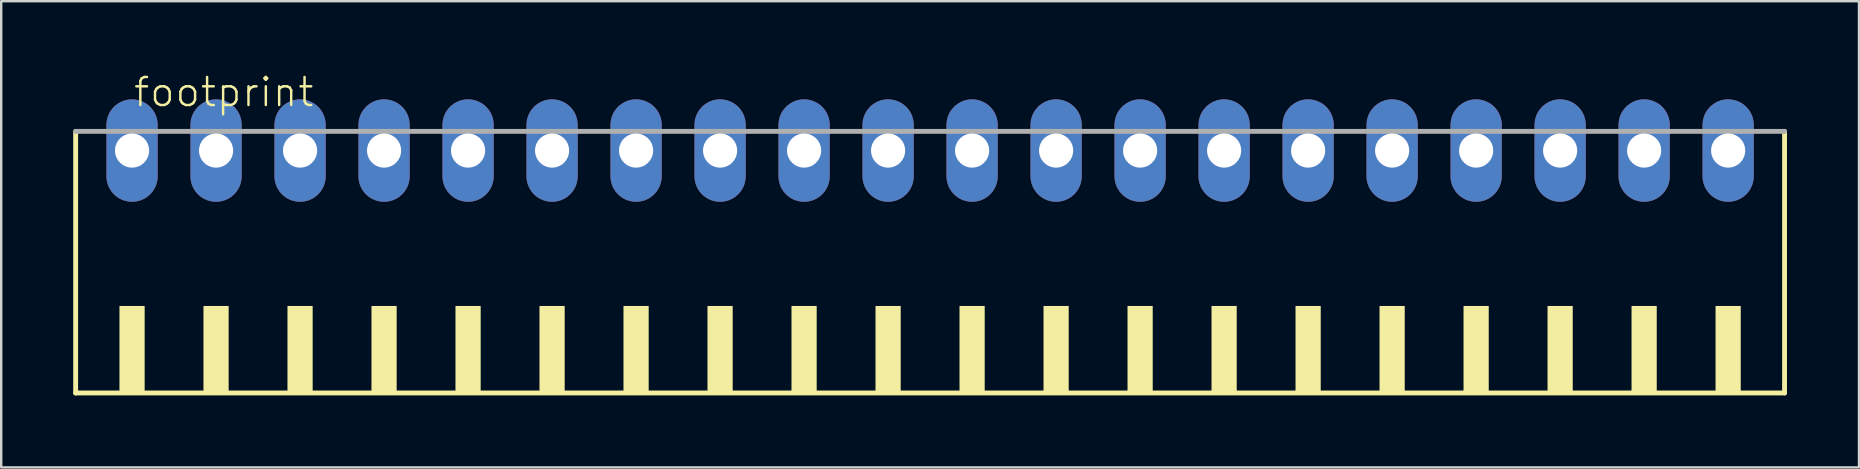
<source format=kicad_pcb>
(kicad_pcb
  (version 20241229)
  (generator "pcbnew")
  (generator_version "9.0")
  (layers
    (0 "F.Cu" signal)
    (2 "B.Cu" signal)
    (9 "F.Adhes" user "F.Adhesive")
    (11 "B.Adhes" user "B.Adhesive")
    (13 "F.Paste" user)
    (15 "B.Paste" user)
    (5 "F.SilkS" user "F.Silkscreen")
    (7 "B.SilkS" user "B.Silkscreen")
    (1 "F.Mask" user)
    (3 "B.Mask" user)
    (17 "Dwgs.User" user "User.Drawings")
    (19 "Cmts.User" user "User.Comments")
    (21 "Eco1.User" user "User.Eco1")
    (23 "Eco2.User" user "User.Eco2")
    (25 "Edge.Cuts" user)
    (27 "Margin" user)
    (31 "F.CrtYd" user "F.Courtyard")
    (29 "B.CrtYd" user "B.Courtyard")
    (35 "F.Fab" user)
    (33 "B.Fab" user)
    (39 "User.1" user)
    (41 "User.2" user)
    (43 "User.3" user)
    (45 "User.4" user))
  (footprint "footprint"
    (layer "F.Cu")
    (at 35.702 8.473)
    (property "Reference" "footprint" (at -33.25 -7 0) (layer "F.SilkS") (effects (font (size 1.168 1.168) (thickness 0.102)) (justify left bottom)))
    (fp_line (start -35.6 -6.05) (end -35.6 4.85) (stroke (width 0.203) (type solid)) (layer "F.SilkS"))
    (fp_line (start -35.6 4.85) (end 35.6 4.85) (stroke (width 0.203) (type solid)) (layer "F.SilkS"))
    (fp_line (start 35.6 4.85) (end 35.6 -6.05) (stroke (width 0.203) (type solid)) (layer "F.SilkS"))
    (fp_poly (pts (xy -33.775 4.9) (xy -32.725 4.9) (xy -32.725 1.225) (xy -33.775 1.225)) (stroke (width 0) (type solid)) (fill yes) (layer "F.SilkS"))
    (fp_poly (pts (xy -30.275 4.9) (xy -29.225 4.9) (xy -29.225 1.225) (xy -30.275 1.225)) (stroke (width 0) (type solid)) (fill yes) (layer "F.SilkS"))
    (fp_poly (pts (xy -26.775 4.9) (xy -25.725 4.9) (xy -25.725 1.225) (xy -26.775 1.225)) (stroke (width 0) (type solid)) (fill yes) (layer "F.SilkS"))
    (fp_poly (pts (xy -23.275 4.9) (xy -22.225 4.9) (xy -22.225 1.225) (xy -23.275 1.225)) (stroke (width 0) (type solid)) (fill yes) (layer "F.SilkS"))
    (fp_poly (pts (xy -19.775 4.9) (xy -18.725 4.9) (xy -18.725 1.225) (xy -19.775 1.225)) (stroke (width 0) (type solid)) (fill yes) (layer "F.SilkS"))
    (fp_poly (pts (xy -16.275 4.9) (xy -15.225 4.9) (xy -15.225 1.225) (xy -16.275 1.225)) (stroke (width 0) (type solid)) (fill yes) (layer "F.SilkS"))
    (fp_poly (pts (xy -12.775 4.9) (xy -11.725 4.9) (xy -11.725 1.225) (xy -12.775 1.225)) (stroke (width 0) (type solid)) (fill yes) (layer "F.SilkS"))
    (fp_poly (pts (xy -9.275 4.9) (xy -8.225 4.9) (xy -8.225 1.225) (xy -9.275 1.225)) (stroke (width 0) (type solid)) (fill yes) (layer "F.SilkS"))
    (fp_poly (pts (xy -5.775 4.9) (xy -4.725 4.9) (xy -4.725 1.225) (xy -5.775 1.225)) (stroke (width 0) (type solid)) (fill yes) (layer "F.SilkS"))
    (fp_poly (pts (xy -2.275 4.9) (xy -1.225 4.9) (xy -1.225 1.225) (xy -2.275 1.225)) (stroke (width 0) (type solid)) (fill yes) (layer "F.SilkS"))
    (fp_poly (pts (xy 1.225 4.9) (xy 2.275 4.9) (xy 2.275 1.225) (xy 1.225 1.225)) (stroke (width 0) (type solid)) (fill yes) (layer "F.SilkS"))
    (fp_poly (pts (xy 4.725 4.9) (xy 5.775 4.9) (xy 5.775 1.225) (xy 4.725 1.225)) (stroke (width 0) (type solid)) (fill yes) (layer "F.SilkS"))
    (fp_poly (pts (xy 8.225 4.9) (xy 9.275 4.9) (xy 9.275 1.225) (xy 8.225 1.225)) (stroke (width 0) (type solid)) (fill yes) (layer "F.SilkS"))
    (fp_poly (pts (xy 11.725 4.9) (xy 12.775 4.9) (xy 12.775 1.225) (xy 11.725 1.225)) (stroke (width 0) (type solid)) (fill yes) (layer "F.SilkS"))
    (fp_poly (pts (xy 15.225 4.9) (xy 16.275 4.9) (xy 16.275 1.225) (xy 15.225 1.225)) (stroke (width 0) (type solid)) (fill yes) (layer "F.SilkS"))
    (fp_poly (pts (xy 18.725 4.9) (xy 19.775 4.9) (xy 19.775 1.225) (xy 18.725 1.225)) (stroke (width 0) (type solid)) (fill yes) (layer "F.SilkS"))
    (fp_poly (pts (xy 22.225 4.9) (xy 23.275 4.9) (xy 23.275 1.225) (xy 22.225 1.225)) (stroke (width 0) (type solid)) (fill yes) (layer "F.SilkS"))
    (fp_poly (pts (xy 25.725 4.9) (xy 26.775 4.9) (xy 26.775 1.225) (xy 25.725 1.225)) (stroke (width 0) (type solid)) (fill yes) (layer "F.SilkS"))
    (fp_poly (pts (xy 29.225 4.9) (xy 30.275 4.9) (xy 30.275 1.225) (xy 29.225 1.225)) (stroke (width 0) (type solid)) (fill yes) (layer "F.SilkS"))
    (fp_poly (pts (xy 32.725 4.9) (xy 33.775 4.9) (xy 33.775 1.225) (xy 32.725 1.225)) (stroke (width 0) (type solid)) (fill yes) (layer "F.SilkS"))
    (fp_line (start 35.6 -6.05) (end -35.6 -6.05) (stroke (width 0.203) (type solid)) (layer "F.Fab"))
    (pad "1" thru_hole oval (at -33.25 -5.25 90) (size 4.267 2.134) (drill 1.422) (layers "*.Cu" "*.Mask"))
    (pad "2" thru_hole oval (at -29.75 -5.25 90) (size 4.267 2.134) (drill 1.422) (layers "*.Cu" "*.Mask"))
    (pad "3" thru_hole oval (at -26.25 -5.25 90) (size 4.267 2.134) (drill 1.422) (layers "*.Cu" "*.Mask"))
    (pad "4" thru_hole oval (at -22.75 -5.25 90) (size 4.267 2.134) (drill 1.422) (layers "*.Cu" "*.Mask"))
    (pad "5" thru_hole oval (at -19.25 -5.25 90) (size 4.267 2.134) (drill 1.422) (layers "*.Cu" "*.Mask"))
    (pad "6" thru_hole oval (at -15.75 -5.25 90) (size 4.267 2.134) (drill 1.422) (layers "*.Cu" "*.Mask"))
    (pad "7" thru_hole oval (at -12.25 -5.25 90) (size 4.267 2.134) (drill 1.422) (layers "*.Cu" "*.Mask"))
    (pad "8" thru_hole oval (at -8.75 -5.25 90) (size 4.267 2.134) (drill 1.422) (layers "*.Cu" "*.Mask"))
    (pad "9" thru_hole oval (at -5.25 -5.25 90) (size 4.267 2.134) (drill 1.422) (layers "*.Cu" "*.Mask"))
    (pad "10" thru_hole oval (at -1.75 -5.25 90) (size 4.267 2.134) (drill 1.422) (layers "*.Cu" "*.Mask"))
    (pad "11" thru_hole oval (at 1.75 -5.25 90) (size 4.267 2.134) (drill 1.422) (layers "*.Cu" "*.Mask"))
    (pad "12" thru_hole oval (at 5.25 -5.25 90) (size 4.267 2.134) (drill 1.422) (layers "*.Cu" "*.Mask"))
    (pad "13" thru_hole oval (at 8.75 -5.25 90) (size 4.267 2.134) (drill 1.422) (layers "*.Cu" "*.Mask"))
    (pad "14" thru_hole oval (at 12.25 -5.25 90) (size 4.267 2.134) (drill 1.422) (layers "*.Cu" "*.Mask"))
    (pad "15" thru_hole oval (at 15.75 -5.25 90) (size 4.267 2.134) (drill 1.422) (layers "*.Cu" "*.Mask"))
    (pad "16" thru_hole oval (at 19.25 -5.25 90) (size 4.267 2.134) (drill 1.422) (layers "*.Cu" "*.Mask"))
    (pad "17" thru_hole oval (at 22.75 -5.25 90) (size 4.267 2.134) (drill 1.422) (layers "*.Cu" "*.Mask"))
    (pad "18" thru_hole oval (at 26.25 -5.25 90) (size 4.267 2.134) (drill 1.422) (layers "*.Cu" "*.Mask"))
    (pad "19" thru_hole oval (at 29.75 -5.25 90) (size 4.267 2.134) (drill 1.422) (layers "*.Cu" "*.Mask"))
    (pad "20" thru_hole oval (at 33.25 -5.25 90) (size 4.267 2.134) (drill 1.422) (layers "*.Cu" "*.Mask")))
  (gr_rect
    (start -3 -3)
    (end 74.403 16.425)
    (stroke (width 0.1) (type default))
    (fill no)
    (layer "Edge.Cuts")))
</source>
